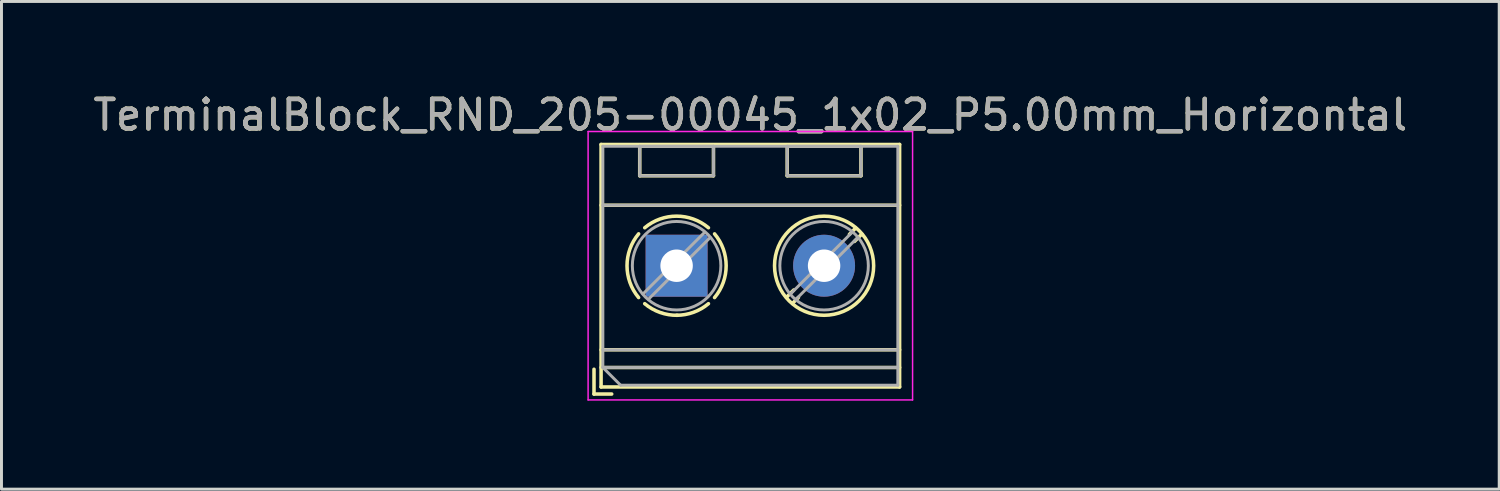
<source format=kicad_pcb>
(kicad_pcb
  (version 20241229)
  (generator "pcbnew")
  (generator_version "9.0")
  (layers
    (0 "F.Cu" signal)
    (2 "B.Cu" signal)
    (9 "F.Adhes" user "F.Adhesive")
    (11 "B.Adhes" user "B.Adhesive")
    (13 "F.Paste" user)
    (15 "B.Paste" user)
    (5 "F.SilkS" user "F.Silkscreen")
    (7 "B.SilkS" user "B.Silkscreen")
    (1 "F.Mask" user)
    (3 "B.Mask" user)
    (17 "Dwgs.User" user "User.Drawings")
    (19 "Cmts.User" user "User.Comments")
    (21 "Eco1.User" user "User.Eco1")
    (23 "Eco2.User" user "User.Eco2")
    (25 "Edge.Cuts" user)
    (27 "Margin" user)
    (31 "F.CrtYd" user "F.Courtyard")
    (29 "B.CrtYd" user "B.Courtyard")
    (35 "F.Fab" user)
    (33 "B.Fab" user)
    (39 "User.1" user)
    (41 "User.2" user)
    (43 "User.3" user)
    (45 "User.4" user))
  (footprint "TerminalBlock_RND_205-00045_1x02_P5.00mm_Horizontal"
    (layer "F.Cu")
    (at 19.887 5.958)
    (property "Reference" "TerminalBlock_RND_205-00045_1x02_P5.00mm_Horizontal" (at 2.5 -5.11 0) (layer "F.SilkS") (effects (font (size 1 1) (thickness 0.15))))
    (attr through_hole)
    (fp_line (start -2.8 3.51) (end -2.8 4.35) (stroke (width 0.12) (type solid)) (layer "F.SilkS"))
    (fp_line (start -2.8 4.35) (end -2.2 4.35) (stroke (width 0.12) (type solid)) (layer "F.SilkS"))
    (fp_line (start -2.56 -4.11) (end -2.56 4.11) (stroke (width 0.12) (type solid)) (layer "F.SilkS"))
    (fp_line (start -2.56 -4.11) (end 7.56 -4.11) (stroke (width 0.12) (type solid)) (layer "F.SilkS"))
    (fp_line (start -2.56 -2.05) (end 7.56 -2.05) (stroke (width 0.12) (type solid)) (layer "F.SilkS"))
    (fp_line (start -2.56 2.85) (end 7.56 2.85) (stroke (width 0.12) (type solid)) (layer "F.SilkS"))
    (fp_line (start -2.56 3.45) (end 7.56 3.45) (stroke (width 0.12) (type solid)) (layer "F.SilkS"))
    (fp_line (start -2.56 4.11) (end 7.56 4.11) (stroke (width 0.12) (type solid)) (layer "F.SilkS"))
    (fp_line (start -1.25 -4.05) (end -1.25 -3.05) (stroke (width 0.12) (type solid)) (layer "F.SilkS"))
    (fp_line (start -1.25 -4.05) (end 1.25 -4.05) (stroke (width 0.12) (type solid)) (layer "F.SilkS"))
    (fp_line (start -1.25 -3.05) (end 1.25 -3.05) (stroke (width 0.12) (type solid)) (layer "F.SilkS"))
    (fp_line (start 1.25 -4.05) (end 1.25 -3.05) (stroke (width 0.12) (type solid)) (layer "F.SilkS"))
    (fp_line (start 3.75 -4.05) (end 3.75 -3.05) (stroke (width 0.12) (type solid)) (layer "F.SilkS"))
    (fp_line (start 3.75 -4.05) (end 6.25 -4.05) (stroke (width 0.12) (type solid)) (layer "F.SilkS"))
    (fp_line (start 3.75 -3.05) (end 6.25 -3.05) (stroke (width 0.12) (type solid)) (layer "F.SilkS"))
    (fp_line (start 3.972 0.823) (end 3.726 1.069) (stroke (width 0.12) (type solid)) (layer "F.SilkS"))
    (fp_line (start 4.13 1.075) (end 3.931 1.274) (stroke (width 0.12) (type solid)) (layer "F.SilkS"))
    (fp_line (start 6.07 -1.275) (end 5.859 -1.064) (stroke (width 0.12) (type solid)) (layer "F.SilkS"))
    (fp_line (start 6.25 -4.05) (end 6.25 -3.05) (stroke (width 0.12) (type solid)) (layer "F.SilkS"))
    (fp_line (start 6.275 -1.069) (end 6.029 -0.823) (stroke (width 0.12) (type solid)) (layer "F.SilkS"))
    (fp_line (start 7.56 -4.11) (end 7.56 4.11) (stroke (width 0.12) (type solid)) (layer "F.SilkS"))
    (fp_arc (start -1.288062 1.079734) (mid -1.680752 -0.000826) (end -1.287 -1.081) (stroke (width 0.12) (type solid)) (layer "F.SilkS"))
    (fp_arc (start -1.079908 -1.287078) (mid 0.00006 -1.68011) (end 1.08 -1.287) (stroke (width 0.12) (type solid)) (layer "F.SilkS"))
    (fp_arc (start 0.028507 1.680511) (mid -0.561826 1.584071) (end -1.081 1.287) (stroke (width 0.12) (type solid)) (layer "F.SilkS"))
    (fp_arc (start 1.079883 1.286955) (mid 0.574594 1.578684) (end 0 1.68) (stroke (width 0.12) (type solid)) (layer "F.SilkS"))
    (fp_arc (start 1.287078 -1.079908) (mid 1.68011 0.00006) (end 1.287 1.08) (stroke (width 0.12) (type solid)) (layer "F.SilkS"))
    (fp_circle (center 5 0) (end 6.68 0) (stroke (width 0.12) (type solid)) (fill no) (layer "F.SilkS"))
    (fp_line (start -3 -4.55) (end -3 4.55) (stroke (width 0.05) (type solid)) (layer "F.CrtYd"))
    (fp_line (start -3 4.55) (end 8 4.55) (stroke (width 0.05) (type solid)) (layer "F.CrtYd"))
    (fp_line (start 8 -4.55) (end -3 -4.55) (stroke (width 0.05) (type solid)) (layer "F.CrtYd"))
    (fp_line (start 8 4.55) (end 8 -4.55) (stroke (width 0.05) (type solid)) (layer "F.CrtYd"))
    (fp_line (start -2.5 -4.05) (end 7.5 -4.05) (stroke (width 0.1) (type solid)) (layer "F.Fab"))
    (fp_line (start -2.5 -2.05) (end 7.5 -2.05) (stroke (width 0.1) (type solid)) (layer "F.Fab"))
    (fp_line (start -2.5 2.85) (end 7.5 2.85) (stroke (width 0.1) (type solid)) (layer "F.Fab"))
    (fp_line (start -2.5 3.45) (end -2.5 -4.05) (stroke (width 0.1) (type solid)) (layer "F.Fab"))
    (fp_line (start -2.5 3.45) (end 7.5 3.45) (stroke (width 0.1) (type solid)) (layer "F.Fab"))
    (fp_line (start -1.9 4.05) (end -2.5 3.45) (stroke (width 0.1) (type solid)) (layer "F.Fab"))
    (fp_line (start -1.25 -4.05) (end -1.25 -3.05) (stroke (width 0.1) (type solid)) (layer "F.Fab"))
    (fp_line (start -1.25 -3.05) (end 1.25 -3.05) (stroke (width 0.1) (type solid)) (layer "F.Fab"))
    (fp_line (start 0.955 -1.138) (end -1.138 0.955) (stroke (width 0.1) (type solid)) (layer "F.Fab"))
    (fp_line (start 1.138 -0.955) (end -0.955 1.138) (stroke (width 0.1) (type solid)) (layer "F.Fab"))
    (fp_line (start 1.25 -4.05) (end -1.25 -4.05) (stroke (width 0.1) (type solid)) (layer "F.Fab"))
    (fp_line (start 1.25 -3.05) (end 1.25 -4.05) (stroke (width 0.1) (type solid)) (layer "F.Fab"))
    (fp_line (start 3.75 -4.05) (end 3.75 -3.05) (stroke (width 0.1) (type solid)) (layer "F.Fab"))
    (fp_line (start 3.75 -3.05) (end 6.25 -3.05) (stroke (width 0.1) (type solid)) (layer "F.Fab"))
    (fp_line (start 5.955 -1.138) (end 3.863 0.955) (stroke (width 0.1) (type solid)) (layer "F.Fab"))
    (fp_line (start 6.138 -0.955) (end 4.046 1.138) (stroke (width 0.1) (type solid)) (layer "F.Fab"))
    (fp_line (start 6.25 -4.05) (end 3.75 -4.05) (stroke (width 0.1) (type solid)) (layer "F.Fab"))
    (fp_line (start 6.25 -3.05) (end 6.25 -4.05) (stroke (width 0.1) (type solid)) (layer "F.Fab"))
    (fp_line (start 7.5 -4.05) (end 7.5 4.05) (stroke (width 0.1) (type solid)) (layer "F.Fab"))
    (fp_line (start 7.5 4.05) (end -1.9 4.05) (stroke (width 0.1) (type solid)) (layer "F.Fab"))
    (fp_circle (center 0 0) (end 1.5 0) (stroke (width 0.1) (type solid)) (fill no) (layer "F.Fab"))
    (fp_circle (center 5 0) (end 6.5 0) (stroke (width 0.1) (type solid)) (fill no) (layer "F.Fab"))
    (fp_text user "${REFERENCE}" (at 2.5 -5.11 0) (layer "F.Fab") (effects (font (size 1 1) (thickness 0.15))))
    (pad "1" thru_hole rect (at 0 0) (size 2.1 2.1) (drill 1.1) (layers "*.Cu" "*.Mask"))
    (pad "2" thru_hole circle (at 5 0) (size 2.1 2.1) (drill 1.1) (layers "*.Cu" "*.Mask")))
  (gr_rect
    (start -3 -3)
    (end 47.774 13.533)
    (stroke (width 0.1) (type default))
    (fill no)
    (layer "Edge.Cuts")))
</source>
